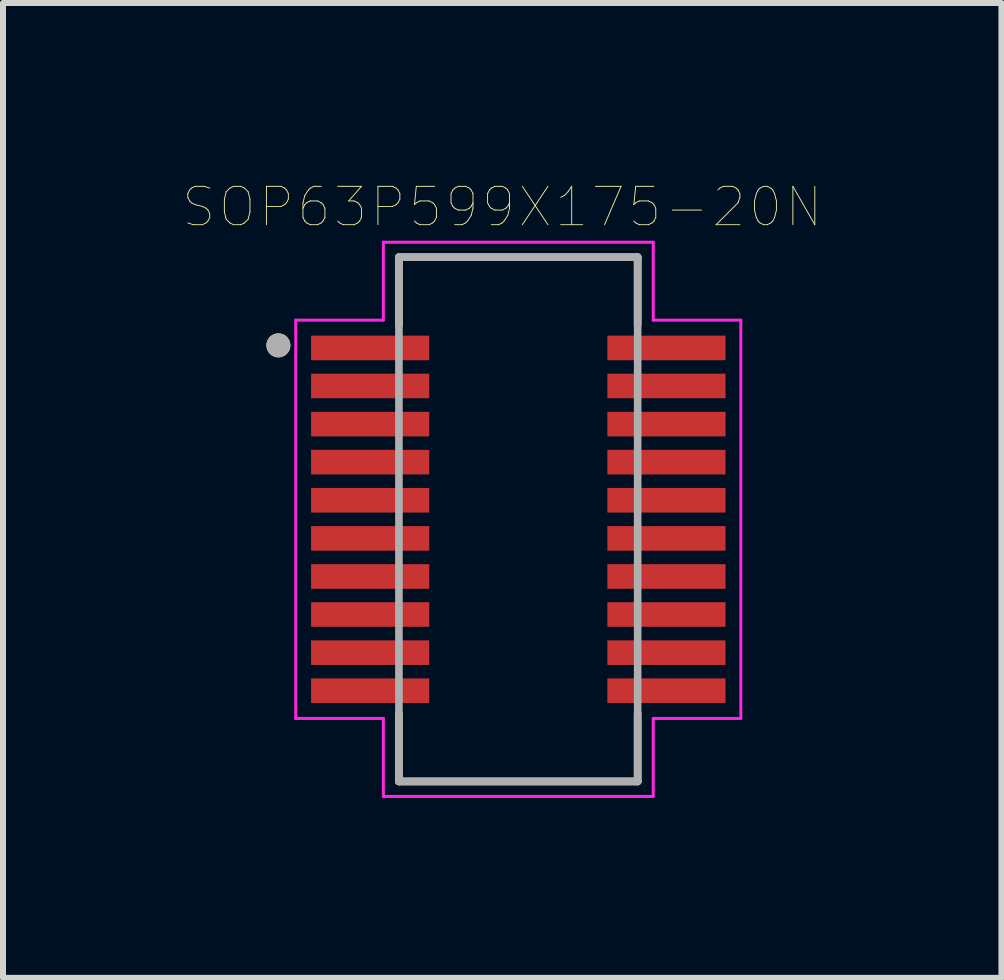
<source format=kicad_pcb>
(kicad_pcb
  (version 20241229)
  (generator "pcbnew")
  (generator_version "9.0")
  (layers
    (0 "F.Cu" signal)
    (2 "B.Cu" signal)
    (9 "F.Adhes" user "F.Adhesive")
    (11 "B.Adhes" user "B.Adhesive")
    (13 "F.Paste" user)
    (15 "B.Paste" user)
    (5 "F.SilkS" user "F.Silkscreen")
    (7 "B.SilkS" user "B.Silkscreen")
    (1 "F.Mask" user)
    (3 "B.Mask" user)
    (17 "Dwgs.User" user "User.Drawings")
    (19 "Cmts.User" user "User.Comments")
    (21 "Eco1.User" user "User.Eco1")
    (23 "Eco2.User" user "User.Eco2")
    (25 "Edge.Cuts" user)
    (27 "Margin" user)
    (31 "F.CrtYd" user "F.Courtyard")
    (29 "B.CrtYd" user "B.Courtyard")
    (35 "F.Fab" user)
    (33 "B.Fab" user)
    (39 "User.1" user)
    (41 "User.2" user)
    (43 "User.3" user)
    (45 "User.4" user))
  (footprint "SOP63P599X175-20N"
    (layer "F.Cu")
    (at 5.591 5.608)
    (property "Reference" "SOP63P599X175-20N" (at -0.268 -5.207 0) (layer "F.SilkS") (effects (font (size 0.64 0.64) (thickness 0.015))))
    (attr through_hole)
    (fp_line (start -1.99 -4.37) (end 1.99 -4.37) (stroke (width 0.127) (type solid)) (layer "F.SilkS"))
    (fp_line (start -1.99 -3.24) (end -1.99 -4.37) (stroke (width 0.127) (type solid)) (layer "F.SilkS"))
    (fp_line (start -1.99 3.24) (end -1.99 4.37) (stroke (width 0.127) (type solid)) (layer "F.SilkS"))
    (fp_line (start -1.99 4.37) (end 1.99 4.37) (stroke (width 0.127) (type solid)) (layer "F.SilkS"))
    (fp_line (start 1.99 -4.37) (end 1.99 -3.24) (stroke (width 0.127) (type solid)) (layer "F.SilkS"))
    (fp_line (start 1.99 4.37) (end 1.99 3.24) (stroke (width 0.127) (type solid)) (layer "F.SilkS"))
    (fp_circle (center -4 -2.9) (end -3.9 -2.9) (stroke (width 0.2) (type solid)) (fill no) (layer "F.SilkS"))
    (fp_line (start -3.71 -3.32) (end -2.25 -3.32) (stroke (width 0.05) (type solid)) (layer "F.CrtYd"))
    (fp_line (start -3.71 3.32) (end -3.71 -3.32) (stroke (width 0.05) (type solid)) (layer "F.CrtYd"))
    (fp_line (start -2.25 -4.62) (end 2.25 -4.62) (stroke (width 0.05) (type solid)) (layer "F.CrtYd"))
    (fp_line (start -2.25 -3.32) (end -2.25 -4.62) (stroke (width 0.05) (type solid)) (layer "F.CrtYd"))
    (fp_line (start -2.25 3.32) (end -3.71 3.32) (stroke (width 0.05) (type solid)) (layer "F.CrtYd"))
    (fp_line (start -2.25 4.62) (end -2.25 3.32) (stroke (width 0.05) (type solid)) (layer "F.CrtYd"))
    (fp_line (start 2.25 -4.62) (end 2.25 -3.32) (stroke (width 0.05) (type solid)) (layer "F.CrtYd"))
    (fp_line (start 2.25 -3.32) (end 3.71 -3.32) (stroke (width 0.05) (type solid)) (layer "F.CrtYd"))
    (fp_line (start 2.25 3.32) (end 2.25 4.62) (stroke (width 0.05) (type solid)) (layer "F.CrtYd"))
    (fp_line (start 2.25 4.62) (end -2.25 4.62) (stroke (width 0.05) (type solid)) (layer "F.CrtYd"))
    (fp_line (start 3.71 3.32) (end 2.25 3.32) (stroke (width 0.05) (type solid)) (layer "F.CrtYd"))
    (fp_line (start 3.71 3.32) (end 3.71 -3.32) (stroke (width 0.05) (type solid)) (layer "F.CrtYd"))
    (fp_line (start -1.99 -4.37) (end 1.99 -4.37) (stroke (width 0.127) (type solid)) (layer "F.Fab"))
    (fp_line (start -1.99 4.37) (end -1.99 -4.37) (stroke (width 0.127) (type solid)) (layer "F.Fab"))
    (fp_line (start 1.99 -4.37) (end 1.99 4.37) (stroke (width 0.127) (type solid)) (layer "F.Fab"))
    (fp_line (start 1.99 4.37) (end -1.99 4.37) (stroke (width 0.127) (type solid)) (layer "F.Fab"))
    (fp_circle (center -4 -2.9) (end -3.9 -2.9) (stroke (width 0.2) (type solid)) (fill no) (layer "F.Fab"))
    (pad "1" smd rect (at -2.47 -2.857) (size 1.97 0.41) (layers "F.Cu" "F.Mask" "F.Paste"))
    (pad "2" smd rect (at -2.47 -2.223) (size 1.97 0.41) (layers "F.Cu" "F.Mask" "F.Paste"))
    (pad "3" smd rect (at -2.47 -1.587) (size 1.97 0.41) (layers "F.Cu" "F.Mask" "F.Paste"))
    (pad "4" smd rect (at -2.47 -0.953) (size 1.97 0.41) (layers "F.Cu" "F.Mask" "F.Paste"))
    (pad "5" smd rect (at -2.47 -0.318) (size 1.97 0.41) (layers "F.Cu" "F.Mask" "F.Paste"))
    (pad "6" smd rect (at -2.47 0.318) (size 1.97 0.41) (layers "F.Cu" "F.Mask" "F.Paste"))
    (pad "7" smd rect (at -2.47 0.953) (size 1.97 0.41) (layers "F.Cu" "F.Mask" "F.Paste"))
    (pad "8" smd rect (at -2.47 1.587) (size 1.97 0.41) (layers "F.Cu" "F.Mask" "F.Paste"))
    (pad "9" smd rect (at -2.47 2.223) (size 1.97 0.41) (layers "F.Cu" "F.Mask" "F.Paste"))
    (pad "10" smd rect (at -2.47 2.857) (size 1.97 0.41) (layers "F.Cu" "F.Mask" "F.Paste"))
    (pad "11" smd rect (at 2.47 2.857) (size 1.97 0.41) (layers "F.Cu" "F.Mask" "F.Paste"))
    (pad "12" smd rect (at 2.47 2.223) (size 1.97 0.41) (layers "F.Cu" "F.Mask" "F.Paste"))
    (pad "13" smd rect (at 2.47 1.587) (size 1.97 0.41) (layers "F.Cu" "F.Mask" "F.Paste"))
    (pad "14" smd rect (at 2.47 0.953) (size 1.97 0.41) (layers "F.Cu" "F.Mask" "F.Paste"))
    (pad "15" smd rect (at 2.47 0.318) (size 1.97 0.41) (layers "F.Cu" "F.Mask" "F.Paste"))
    (pad "16" smd rect (at 2.47 -0.318) (size 1.97 0.41) (layers "F.Cu" "F.Mask" "F.Paste"))
    (pad "17" smd rect (at 2.47 -0.953) (size 1.97 0.41) (layers "F.Cu" "F.Mask" "F.Paste"))
    (pad "18" smd rect (at 2.47 -1.587) (size 1.97 0.41) (layers "F.Cu" "F.Mask" "F.Paste"))
    (pad "19" smd rect (at 2.47 -2.223) (size 1.97 0.41) (layers "F.Cu" "F.Mask" "F.Paste"))
    (pad "20" smd rect (at 2.47 -2.857) (size 1.97 0.41) (layers "F.Cu" "F.Mask" "F.Paste")))
  (gr_rect
    (start -3 -3)
    (end 13.646 13.253)
    (stroke (width 0.1) (type default))
    (fill no)
    (layer "Edge.Cuts")))
</source>
